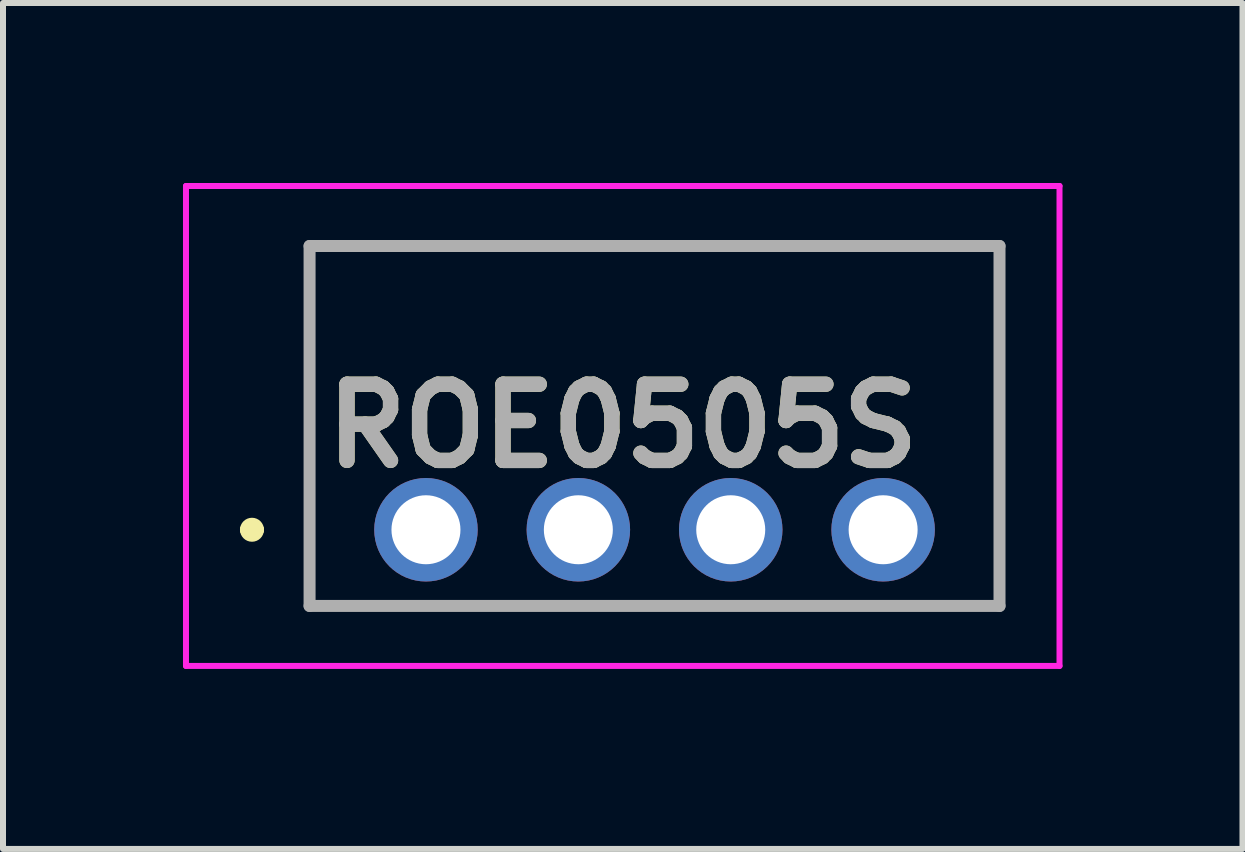
<source format=kicad_pcb>
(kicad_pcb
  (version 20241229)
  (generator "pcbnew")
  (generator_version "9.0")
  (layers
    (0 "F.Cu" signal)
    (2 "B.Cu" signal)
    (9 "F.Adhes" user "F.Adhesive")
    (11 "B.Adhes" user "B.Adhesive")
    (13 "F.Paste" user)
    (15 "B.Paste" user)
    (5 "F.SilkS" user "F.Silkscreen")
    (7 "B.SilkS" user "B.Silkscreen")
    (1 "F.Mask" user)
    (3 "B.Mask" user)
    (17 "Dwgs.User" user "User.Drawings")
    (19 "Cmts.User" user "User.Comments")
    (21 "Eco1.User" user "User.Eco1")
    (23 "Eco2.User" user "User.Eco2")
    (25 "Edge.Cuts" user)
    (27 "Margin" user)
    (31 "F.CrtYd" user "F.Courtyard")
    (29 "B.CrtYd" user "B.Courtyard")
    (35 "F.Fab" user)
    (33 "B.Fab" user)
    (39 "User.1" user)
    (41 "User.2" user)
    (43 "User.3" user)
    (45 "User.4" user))
  (footprint "ROE0505S"
    (layer "F.Cu")
    (at 4.05 5.78)
    (property "Reference" "ROE0505S" (at 3.28 -1.73 0) (layer "F.SilkS") (effects (font (size 1.27 1.27) (thickness 0.254))))
    (attr through_hole)
    (fp_line (start -3 0) (end -3 0) (stroke (width 0.2) (type solid)) (layer "F.SilkS"))
    (fp_line (start -2.8 0) (end -2.8 0) (stroke (width 0.2) (type solid)) (layer "F.SilkS"))
    (fp_line (start -1.94 -4.73) (end 9.56 -4.73) (stroke (width 0.1) (type solid)) (layer "F.SilkS"))
    (fp_line (start -1.94 1.27) (end -1.94 -4.73) (stroke (width 0.1) (type solid)) (layer "F.SilkS"))
    (fp_line (start 9.56 -4.73) (end 9.56 1.27) (stroke (width 0.1) (type solid)) (layer "F.SilkS"))
    (fp_line (start 9.56 1.27) (end -1.94 1.27) (stroke (width 0.1) (type solid)) (layer "F.SilkS"))
    (fp_arc (start -3 0) (mid -2.9 -0.1) (end -2.8 0) (stroke (width 0.2) (type solid)) (layer "F.SilkS"))
    (fp_arc (start -2.8 0) (mid -2.9 0.1) (end -3 0) (stroke (width 0.2) (type solid)) (layer "F.SilkS"))
    (fp_line (start -4 -5.73) (end 10.56 -5.73) (stroke (width 0.1) (type solid)) (layer "F.CrtYd"))
    (fp_line (start -4 2.27) (end -4 -5.73) (stroke (width 0.1) (type solid)) (layer "F.CrtYd"))
    (fp_line (start 10.56 -5.73) (end 10.56 2.27) (stroke (width 0.1) (type solid)) (layer "F.CrtYd"))
    (fp_line (start 10.56 2.27) (end -4 2.27) (stroke (width 0.1) (type solid)) (layer "F.CrtYd"))
    (fp_line (start -1.94 -4.73) (end 9.56 -4.73) (stroke (width 0.2) (type solid)) (layer "F.Fab"))
    (fp_line (start -1.94 1.27) (end -1.94 -4.73) (stroke (width 0.2) (type solid)) (layer "F.Fab"))
    (fp_line (start 9.56 -4.73) (end 9.56 1.27) (stroke (width 0.2) (type solid)) (layer "F.Fab"))
    (fp_line (start 9.56 1.27) (end -1.94 1.27) (stroke (width 0.2) (type solid)) (layer "F.Fab"))
    (fp_text user "${REFERENCE}" (at 3.28 -1.73 0) (layer "F.Fab") (effects (font (size 1.27 1.27) (thickness 0.254))))
    (pad "1" thru_hole circle (at 0 0) (size 1.725 1.725) (drill 1.15) (layers "*.Cu" "*.Mask"))
    (pad "2" thru_hole circle (at 2.54 0) (size 1.725 1.725) (drill 1.15) (layers "*.Cu" "*.Mask"))
    (pad "3" thru_hole circle (at 5.08 0) (size 1.725 1.725) (drill 1.15) (layers "*.Cu" "*.Mask"))
    (pad "4" thru_hole circle (at 7.62 0) (size 1.725 1.725) (drill 1.15) (layers "*.Cu" "*.Mask")))
  (gr_rect
    (start -3 -3)
    (end 17.66 11.1)
    (stroke (width 0.1) (type default))
    (fill no)
    (layer "Edge.Cuts")))
</source>
